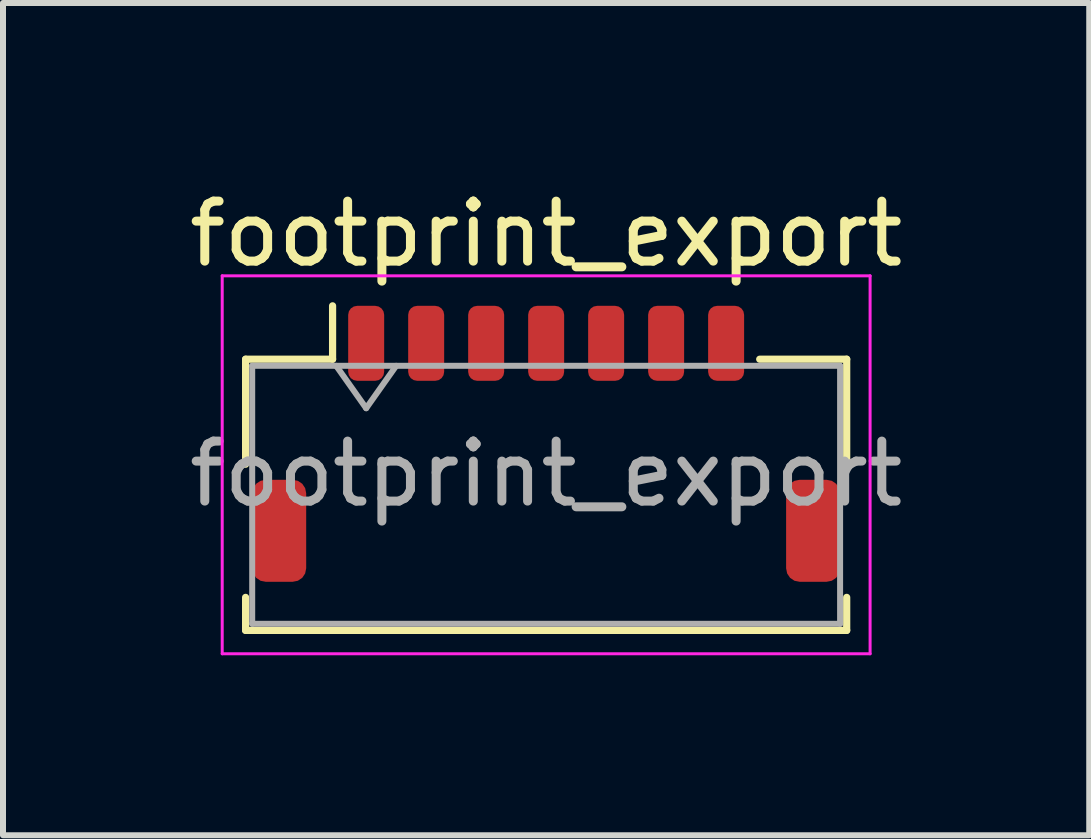
<source format=kicad_pcb>
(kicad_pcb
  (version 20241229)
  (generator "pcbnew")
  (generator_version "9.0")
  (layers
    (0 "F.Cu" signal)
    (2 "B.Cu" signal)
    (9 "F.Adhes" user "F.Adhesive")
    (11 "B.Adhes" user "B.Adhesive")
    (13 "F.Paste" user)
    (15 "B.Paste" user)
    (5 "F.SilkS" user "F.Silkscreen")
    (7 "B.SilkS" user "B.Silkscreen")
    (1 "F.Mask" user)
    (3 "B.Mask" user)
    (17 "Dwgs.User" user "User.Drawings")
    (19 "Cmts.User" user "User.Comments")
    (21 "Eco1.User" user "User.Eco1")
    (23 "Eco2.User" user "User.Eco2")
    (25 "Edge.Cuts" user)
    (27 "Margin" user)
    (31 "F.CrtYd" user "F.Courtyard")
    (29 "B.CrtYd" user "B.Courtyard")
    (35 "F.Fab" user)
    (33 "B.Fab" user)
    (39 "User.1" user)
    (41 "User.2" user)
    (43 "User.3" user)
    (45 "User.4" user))
  (footprint "footprint_export"
    (layer "F.Cu")
    (at 6.054 4.348)
    (property "Reference" "footprint_export" (at 0 -3.5 0) (layer "F.SilkS") (effects (font (size 1 1) (thickness 0.15))))
    (attr smd)
    (fp_line (start -5.01 -1.41) (end -3.56 -1.41) (stroke (width 0.12) (type solid)) (layer "F.SilkS"))
    (fp_line (start -5.01 0.34) (end -5.01 -1.41) (stroke (width 0.12) (type solid)) (layer "F.SilkS"))
    (fp_line (start -5.01 2.56) (end -5.01 3.11) (stroke (width 0.12) (type solid)) (layer "F.SilkS"))
    (fp_line (start -5.01 3.11) (end 5.01 3.11) (stroke (width 0.12) (type solid)) (layer "F.SilkS"))
    (fp_line (start -3.56 -1.41) (end -3.56 -2.3) (stroke (width 0.12) (type solid)) (layer "F.SilkS"))
    (fp_line (start 5.01 -1.41) (end 3.56 -1.41) (stroke (width 0.12) (type solid)) (layer "F.SilkS"))
    (fp_line (start 5.01 0.34) (end 5.01 -1.41) (stroke (width 0.12) (type solid)) (layer "F.SilkS"))
    (fp_line (start 5.01 3.11) (end 5.01 2.56) (stroke (width 0.12) (type solid)) (layer "F.SilkS"))
    (fp_line (start -5.4 -2.8) (end -5.4 3.5) (stroke (width 0.05) (type solid)) (layer "F.CrtYd"))
    (fp_line (start -5.4 3.5) (end 5.4 3.5) (stroke (width 0.05) (type solid)) (layer "F.CrtYd"))
    (fp_line (start 5.4 -2.8) (end -5.4 -2.8) (stroke (width 0.05) (type solid)) (layer "F.CrtYd"))
    (fp_line (start 5.4 3.5) (end 5.4 -2.8) (stroke (width 0.05) (type solid)) (layer "F.CrtYd"))
    (fp_line (start -4.9 -1.3) (end -4.9 3) (stroke (width 0.1) (type solid)) (layer "F.Fab"))
    (fp_line (start -4.9 -1.3) (end 4.9 -1.3) (stroke (width 0.1) (type solid)) (layer "F.Fab"))
    (fp_line (start -4.9 3) (end 4.9 3) (stroke (width 0.1) (type solid)) (layer "F.Fab"))
    (fp_line (start -3.5 -1.3) (end -3 -0.593) (stroke (width 0.1) (type solid)) (layer "F.Fab"))
    (fp_line (start -3 -0.593) (end -2.5 -1.3) (stroke (width 0.1) (type solid)) (layer "F.Fab"))
    (fp_line (start 4.9 -1.3) (end 4.9 3) (stroke (width 0.1) (type solid)) (layer "F.Fab"))
    (fp_text user "${REFERENCE}" (at 0 0.5 0) (layer "F.Fab") (effects (font (size 1 1) (thickness 0.15))))
    (pad "1" smd roundrect (at -3 -1.675) (size 0.6 1.25) (layers "F.Cu" "F.Mask" "F.Paste") (roundrect_rratio 0.25))
    (pad "2" smd roundrect (at -2 -1.675) (size 0.6 1.25) (layers "F.Cu" "F.Mask" "F.Paste") (roundrect_rratio 0.25))
    (pad "3" smd roundrect (at -1 -1.675) (size 0.6 1.25) (layers "F.Cu" "F.Mask" "F.Paste") (roundrect_rratio 0.25))
    (pad "4" smd roundrect (at 0 -1.675) (size 0.6 1.25) (layers "F.Cu" "F.Mask" "F.Paste") (roundrect_rratio 0.25))
    (pad "5" smd roundrect (at 1 -1.675) (size 0.6 1.25) (layers "F.Cu" "F.Mask" "F.Paste") (roundrect_rratio 0.25))
    (pad "6" smd roundrect (at 2 -1.675) (size 0.6 1.25) (layers "F.Cu" "F.Mask" "F.Paste") (roundrect_rratio 0.25))
    (pad "7" smd roundrect (at 3 -1.675) (size 0.6 1.25) (layers "F.Cu" "F.Mask" "F.Paste") (roundrect_rratio 0.25))
    (pad "MP" smd roundrect (at -4.45 1.45) (size 0.9 1.7) (layers "F.Cu" "F.Mask" "F.Paste") (roundrect_rratio 0.25))
    (pad "MP" smd roundrect (at 4.45 1.45) (size 0.9 1.7) (layers "F.Cu" "F.Mask" "F.Paste") (roundrect_rratio 0.25)))
  (gr_rect
    (start -3 -3)
    (end 15.107 10.873)
    (stroke (width 0.1) (type default))
    (fill no)
    (layer "Edge.Cuts")))
</source>
